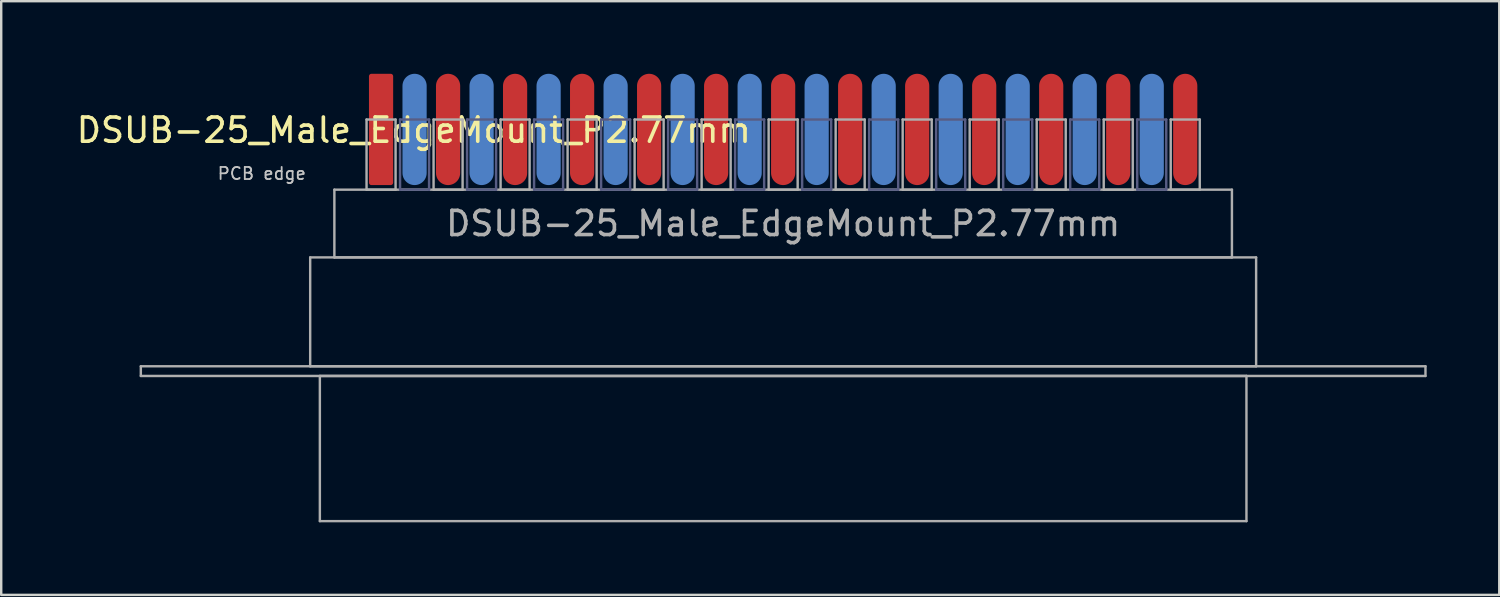
<source format=kicad_pcb>
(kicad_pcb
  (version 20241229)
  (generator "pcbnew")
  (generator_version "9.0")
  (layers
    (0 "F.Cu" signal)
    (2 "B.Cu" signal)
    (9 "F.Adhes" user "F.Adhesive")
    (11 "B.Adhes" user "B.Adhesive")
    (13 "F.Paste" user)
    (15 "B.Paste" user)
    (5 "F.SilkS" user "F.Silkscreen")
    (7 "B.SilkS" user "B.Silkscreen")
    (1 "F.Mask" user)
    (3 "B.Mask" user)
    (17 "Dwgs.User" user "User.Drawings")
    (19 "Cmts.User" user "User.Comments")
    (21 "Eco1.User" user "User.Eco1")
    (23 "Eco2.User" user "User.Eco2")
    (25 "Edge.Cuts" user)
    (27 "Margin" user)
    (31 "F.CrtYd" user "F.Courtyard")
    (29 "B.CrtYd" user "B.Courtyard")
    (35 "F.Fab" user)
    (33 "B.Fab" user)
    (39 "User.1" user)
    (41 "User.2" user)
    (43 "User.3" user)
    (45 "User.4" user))
  (footprint "DSUB-25_Male_EdgeMount_P2.77mm"
    (layer "F.Cu")
    (at 29.321 2.8)
    (property "Reference" "DSUB-25_Male_EdgeMount_P2.77mm" (at -15.267 -0.469 0) (layer "F.SilkS") (effects (font (size 1 1) (thickness 0.15))))
    (attr smd)
    (fp_line (start -15.835 -0.91) (end -15.835 1.99) (stroke (width 0.1) (type solid)) (layer "B.Fab"))
    (fp_line (start -15.835 1.99) (end -14.635 1.99) (stroke (width 0.1) (type solid)) (layer "B.Fab"))
    (fp_line (start -14.635 -0.91) (end -15.835 -0.91) (stroke (width 0.1) (type solid)) (layer "B.Fab"))
    (fp_line (start -14.635 1.99) (end -14.635 -0.91) (stroke (width 0.1) (type solid)) (layer "B.Fab"))
    (fp_line (start -13.065 -0.91) (end -13.065 1.99) (stroke (width 0.1) (type solid)) (layer "B.Fab"))
    (fp_line (start -13.065 1.99) (end -11.865 1.99) (stroke (width 0.1) (type solid)) (layer "B.Fab"))
    (fp_line (start -11.865 -0.91) (end -13.065 -0.91) (stroke (width 0.1) (type solid)) (layer "B.Fab"))
    (fp_line (start -11.865 1.99) (end -11.865 -0.91) (stroke (width 0.1) (type solid)) (layer "B.Fab"))
    (fp_line (start -10.295 -0.91) (end -10.295 1.99) (stroke (width 0.1) (type solid)) (layer "B.Fab"))
    (fp_line (start -10.295 1.99) (end -9.095 1.99) (stroke (width 0.1) (type solid)) (layer "B.Fab"))
    (fp_line (start -9.095 -0.91) (end -10.295 -0.91) (stroke (width 0.1) (type solid)) (layer "B.Fab"))
    (fp_line (start -9.095 1.99) (end -9.095 -0.91) (stroke (width 0.1) (type solid)) (layer "B.Fab"))
    (fp_line (start -7.525 -0.91) (end -7.525 1.99) (stroke (width 0.1) (type solid)) (layer "B.Fab"))
    (fp_line (start -7.525 1.99) (end -6.325 1.99) (stroke (width 0.1) (type solid)) (layer "B.Fab"))
    (fp_line (start -6.325 -0.91) (end -7.525 -0.91) (stroke (width 0.1) (type solid)) (layer "B.Fab"))
    (fp_line (start -6.325 1.99) (end -6.325 -0.91) (stroke (width 0.1) (type solid)) (layer "B.Fab"))
    (fp_line (start -4.755 -0.91) (end -4.755 1.99) (stroke (width 0.1) (type solid)) (layer "B.Fab"))
    (fp_line (start -4.755 1.99) (end -3.555 1.99) (stroke (width 0.1) (type solid)) (layer "B.Fab"))
    (fp_line (start -3.555 -0.91) (end -4.755 -0.91) (stroke (width 0.1) (type solid)) (layer "B.Fab"))
    (fp_line (start -3.555 1.99) (end -3.555 -0.91) (stroke (width 0.1) (type solid)) (layer "B.Fab"))
    (fp_line (start -1.985 -0.91) (end -1.985 1.99) (stroke (width 0.1) (type solid)) (layer "B.Fab"))
    (fp_line (start -1.985 1.99) (end -0.785 1.99) (stroke (width 0.1) (type solid)) (layer "B.Fab"))
    (fp_line (start -0.785 -0.91) (end -1.985 -0.91) (stroke (width 0.1) (type solid)) (layer "B.Fab"))
    (fp_line (start -0.785 1.99) (end -0.785 -0.91) (stroke (width 0.1) (type solid)) (layer "B.Fab"))
    (fp_line (start 0.785 -0.91) (end 0.785 1.99) (stroke (width 0.1) (type solid)) (layer "B.Fab"))
    (fp_line (start 0.785 1.99) (end 1.985 1.99) (stroke (width 0.1) (type solid)) (layer "B.Fab"))
    (fp_line (start 1.985 -0.91) (end 0.785 -0.91) (stroke (width 0.1) (type solid)) (layer "B.Fab"))
    (fp_line (start 1.985 1.99) (end 1.985 -0.91) (stroke (width 0.1) (type solid)) (layer "B.Fab"))
    (fp_line (start 3.555 -0.91) (end 3.555 1.99) (stroke (width 0.1) (type solid)) (layer "B.Fab"))
    (fp_line (start 3.555 1.99) (end 4.755 1.99) (stroke (width 0.1) (type solid)) (layer "B.Fab"))
    (fp_line (start 4.755 -0.91) (end 3.555 -0.91) (stroke (width 0.1) (type solid)) (layer "B.Fab"))
    (fp_line (start 4.755 1.99) (end 4.755 -0.91) (stroke (width 0.1) (type solid)) (layer "B.Fab"))
    (fp_line (start 6.325 -0.91) (end 6.325 1.99) (stroke (width 0.1) (type solid)) (layer "B.Fab"))
    (fp_line (start 6.325 1.99) (end 7.525 1.99) (stroke (width 0.1) (type solid)) (layer "B.Fab"))
    (fp_line (start 7.525 -0.91) (end 6.325 -0.91) (stroke (width 0.1) (type solid)) (layer "B.Fab"))
    (fp_line (start 7.525 1.99) (end 7.525 -0.91) (stroke (width 0.1) (type solid)) (layer "B.Fab"))
    (fp_line (start 9.095 -0.91) (end 9.095 1.99) (stroke (width 0.1) (type solid)) (layer "B.Fab"))
    (fp_line (start 9.095 1.99) (end 10.295 1.99) (stroke (width 0.1) (type solid)) (layer "B.Fab"))
    (fp_line (start 10.295 -0.91) (end 9.095 -0.91) (stroke (width 0.1) (type solid)) (layer "B.Fab"))
    (fp_line (start 10.295 1.99) (end 10.295 -0.91) (stroke (width 0.1) (type solid)) (layer "B.Fab"))
    (fp_line (start 11.865 -0.91) (end 11.865 1.99) (stroke (width 0.1) (type solid)) (layer "B.Fab"))
    (fp_line (start 11.865 1.99) (end 13.065 1.99) (stroke (width 0.1) (type solid)) (layer "B.Fab"))
    (fp_line (start 13.065 -0.91) (end 11.865 -0.91) (stroke (width 0.1) (type solid)) (layer "B.Fab"))
    (fp_line (start 13.065 1.99) (end 13.065 -0.91) (stroke (width 0.1) (type solid)) (layer "B.Fab"))
    (fp_line (start 14.635 -0.91) (end 14.635 1.99) (stroke (width 0.1) (type solid)) (layer "B.Fab"))
    (fp_line (start 14.635 1.99) (end 15.835 1.99) (stroke (width 0.1) (type solid)) (layer "B.Fab"))
    (fp_line (start 15.835 -0.91) (end 14.635 -0.91) (stroke (width 0.1) (type solid)) (layer "B.Fab"))
    (fp_line (start 15.835 1.99) (end 15.835 -0.91) (stroke (width 0.1) (type solid)) (layer "B.Fab"))
    (fp_line (start -26.55 9.29) (end -26.55 9.69) (stroke (width 0.1) (type solid)) (layer "F.Fab"))
    (fp_line (start -26.55 9.69) (end 26.55 9.69) (stroke (width 0.1) (type solid)) (layer "F.Fab"))
    (fp_line (start -19.55 4.79) (end -19.55 9.29) (stroke (width 0.1) (type solid)) (layer "F.Fab"))
    (fp_line (start -19.55 9.29) (end 19.55 9.29) (stroke (width 0.1) (type solid)) (layer "F.Fab"))
    (fp_line (start -19.15 9.69) (end -19.15 15.69) (stroke (width 0.1) (type solid)) (layer "F.Fab"))
    (fp_line (start -19.15 15.69) (end 19.15 15.69) (stroke (width 0.1) (type solid)) (layer "F.Fab"))
    (fp_line (start -18.55 1.99) (end -18.55 4.79) (stroke (width 0.1) (type solid)) (layer "F.Fab"))
    (fp_line (start -18.55 4.79) (end 18.55 4.79) (stroke (width 0.1) (type solid)) (layer "F.Fab"))
    (fp_line (start -17.22 -0.91) (end -17.22 1.99) (stroke (width 0.1) (type solid)) (layer "F.Fab"))
    (fp_line (start -17.22 1.99) (end -16.02 1.99) (stroke (width 0.1) (type solid)) (layer "F.Fab"))
    (fp_line (start -16.02 -0.91) (end -17.22 -0.91) (stroke (width 0.1) (type solid)) (layer "F.Fab"))
    (fp_line (start -16.02 1.99) (end -16.02 -0.91) (stroke (width 0.1) (type solid)) (layer "F.Fab"))
    (fp_line (start -14.45 -0.91) (end -14.45 1.99) (stroke (width 0.1) (type solid)) (layer "F.Fab"))
    (fp_line (start -14.45 1.99) (end -13.25 1.99) (stroke (width 0.1) (type solid)) (layer "F.Fab"))
    (fp_line (start -13.25 -0.91) (end -14.45 -0.91) (stroke (width 0.1) (type solid)) (layer "F.Fab"))
    (fp_line (start -13.25 1.99) (end -13.25 -0.91) (stroke (width 0.1) (type solid)) (layer "F.Fab"))
    (fp_line (start -11.68 -0.91) (end -11.68 1.99) (stroke (width 0.1) (type solid)) (layer "F.Fab"))
    (fp_line (start -11.68 1.99) (end -10.48 1.99) (stroke (width 0.1) (type solid)) (layer "F.Fab"))
    (fp_line (start -10.48 -0.91) (end -11.68 -0.91) (stroke (width 0.1) (type solid)) (layer "F.Fab"))
    (fp_line (start -10.48 1.99) (end -10.48 -0.91) (stroke (width 0.1) (type solid)) (layer "F.Fab"))
    (fp_line (start -8.91 -0.91) (end -8.91 1.99) (stroke (width 0.1) (type solid)) (layer "F.Fab"))
    (fp_line (start -8.91 1.99) (end -7.71 1.99) (stroke (width 0.1) (type solid)) (layer "F.Fab"))
    (fp_line (start -7.71 -0.91) (end -8.91 -0.91) (stroke (width 0.1) (type solid)) (layer "F.Fab"))
    (fp_line (start -7.71 1.99) (end -7.71 -0.91) (stroke (width 0.1) (type solid)) (layer "F.Fab"))
    (fp_line (start -6.14 -0.91) (end -6.14 1.99) (stroke (width 0.1) (type solid)) (layer "F.Fab"))
    (fp_line (start -6.14 1.99) (end -4.94 1.99) (stroke (width 0.1) (type solid)) (layer "F.Fab"))
    (fp_line (start -4.94 -0.91) (end -6.14 -0.91) (stroke (width 0.1) (type solid)) (layer "F.Fab"))
    (fp_line (start -4.94 1.99) (end -4.94 -0.91) (stroke (width 0.1) (type solid)) (layer "F.Fab"))
    (fp_line (start -3.37 -0.91) (end -3.37 1.99) (stroke (width 0.1) (type solid)) (layer "F.Fab"))
    (fp_line (start -3.37 1.99) (end -2.17 1.99) (stroke (width 0.1) (type solid)) (layer "F.Fab"))
    (fp_line (start -2.17 -0.91) (end -3.37 -0.91) (stroke (width 0.1) (type solid)) (layer "F.Fab"))
    (fp_line (start -2.17 1.99) (end -2.17 -0.91) (stroke (width 0.1) (type solid)) (layer "F.Fab"))
    (fp_line (start -0.6 -0.91) (end -0.6 1.99) (stroke (width 0.1) (type solid)) (layer "F.Fab"))
    (fp_line (start -0.6 1.99) (end 0.6 1.99) (stroke (width 0.1) (type solid)) (layer "F.Fab"))
    (fp_line (start 0.6 -0.91) (end -0.6 -0.91) (stroke (width 0.1) (type solid)) (layer "F.Fab"))
    (fp_line (start 0.6 1.99) (end 0.6 -0.91) (stroke (width 0.1) (type solid)) (layer "F.Fab"))
    (fp_line (start 2.17 -0.91) (end 2.17 1.99) (stroke (width 0.1) (type solid)) (layer "F.Fab"))
    (fp_line (start 2.17 1.99) (end 3.37 1.99) (stroke (width 0.1) (type solid)) (layer "F.Fab"))
    (fp_line (start 3.37 -0.91) (end 2.17 -0.91) (stroke (width 0.1) (type solid)) (layer "F.Fab"))
    (fp_line (start 3.37 1.99) (end 3.37 -0.91) (stroke (width 0.1) (type solid)) (layer "F.Fab"))
    (fp_line (start 4.94 -0.91) (end 4.94 1.99) (stroke (width 0.1) (type solid)) (layer "F.Fab"))
    (fp_line (start 4.94 1.99) (end 6.14 1.99) (stroke (width 0.1) (type solid)) (layer "F.Fab"))
    (fp_line (start 6.14 -0.91) (end 4.94 -0.91) (stroke (width 0.1) (type solid)) (layer "F.Fab"))
    (fp_line (start 6.14 1.99) (end 6.14 -0.91) (stroke (width 0.1) (type solid)) (layer "F.Fab"))
    (fp_line (start 7.71 -0.91) (end 7.71 1.99) (stroke (width 0.1) (type solid)) (layer "F.Fab"))
    (fp_line (start 7.71 1.99) (end 8.91 1.99) (stroke (width 0.1) (type solid)) (layer "F.Fab"))
    (fp_line (start 8.91 -0.91) (end 7.71 -0.91) (stroke (width 0.1) (type solid)) (layer "F.Fab"))
    (fp_line (start 8.91 1.99) (end 8.91 -0.91) (stroke (width 0.1) (type solid)) (layer "F.Fab"))
    (fp_line (start 10.48 -0.91) (end 10.48 1.99) (stroke (width 0.1) (type solid)) (layer "F.Fab"))
    (fp_line (start 10.48 1.99) (end 11.68 1.99) (stroke (width 0.1) (type solid)) (layer "F.Fab"))
    (fp_line (start 11.68 -0.91) (end 10.48 -0.91) (stroke (width 0.1) (type solid)) (layer "F.Fab"))
    (fp_line (start 11.68 1.99) (end 11.68 -0.91) (stroke (width 0.1) (type solid)) (layer "F.Fab"))
    (fp_line (start 13.25 -0.91) (end 13.25 1.99) (stroke (width 0.1) (type solid)) (layer "F.Fab"))
    (fp_line (start 13.25 1.99) (end 14.45 1.99) (stroke (width 0.1) (type solid)) (layer "F.Fab"))
    (fp_line (start 14.45 -0.91) (end 13.25 -0.91) (stroke (width 0.1) (type solid)) (layer "F.Fab"))
    (fp_line (start 14.45 1.99) (end 14.45 -0.91) (stroke (width 0.1) (type solid)) (layer "F.Fab"))
    (fp_line (start 16.02 -0.91) (end 16.02 1.99) (stroke (width 0.1) (type solid)) (layer "F.Fab"))
    (fp_line (start 16.02 1.99) (end 17.22 1.99) (stroke (width 0.1) (type solid)) (layer "F.Fab"))
    (fp_line (start 17.22 -0.91) (end 16.02 -0.91) (stroke (width 0.1) (type solid)) (layer "F.Fab"))
    (fp_line (start 17.22 1.99) (end 17.22 -0.91) (stroke (width 0.1) (type solid)) (layer "F.Fab"))
    (fp_line (start 18.55 1.99) (end -18.55 1.99) (stroke (width 0.1) (type solid)) (layer "F.Fab"))
    (fp_line (start 18.55 4.79) (end 18.55 1.99) (stroke (width 0.1) (type solid)) (layer "F.Fab"))
    (fp_line (start 19.15 9.69) (end -19.15 9.69) (stroke (width 0.1) (type solid)) (layer "F.Fab"))
    (fp_line (start 19.15 15.69) (end 19.15 9.69) (stroke (width 0.1) (type solid)) (layer "F.Fab"))
    (fp_line (start 19.55 4.79) (end -19.55 4.79) (stroke (width 0.1) (type solid)) (layer "F.Fab"))
    (fp_line (start 19.55 9.29) (end 19.55 4.79) (stroke (width 0.1) (type solid)) (layer "F.Fab"))
    (fp_line (start 26.55 9.29) (end -26.55 9.29) (stroke (width 0.1) (type solid)) (layer "F.Fab"))
    (fp_line (start 26.55 9.69) (end 26.55 9.29) (stroke (width 0.1) (type solid)) (layer "F.Fab"))
    (fp_text user "PCB edge" (at -21.55 1.323 0) (layer "Dwgs.User") (effects (font (size 0.5 0.5) (thickness 0.075))))
    (fp_text user "${REFERENCE}" (at 0 3.39 0) (layer "F.Fab") (effects (font (size 1 1) (thickness 0.15))))
    (pad "1" smd roundrect (at -16.62 -0.5) (size 1 4.6) (layers "F.Cu" "F.Mask" "F.Paste") (roundrect_rratio 0.1))
    (pad "2" smd oval (at -13.85 -0.5) (size 1 4.6) (layers "F.Cu" "F.Mask" "F.Paste"))
    (pad "3" smd oval (at -11.08 -0.5) (size 1 4.6) (layers "F.Cu" "F.Mask" "F.Paste"))
    (pad "4" smd oval (at -8.31 -0.5) (size 1 4.6) (layers "F.Cu" "F.Mask" "F.Paste"))
    (pad "5" smd oval (at -5.54 -0.5) (size 1 4.6) (layers "F.Cu" "F.Mask" "F.Paste"))
    (pad "6" smd oval (at -2.77 -0.5) (size 1 4.6) (layers "F.Cu" "F.Mask" "F.Paste"))
    (pad "7" smd oval (at 0 -0.5) (size 1 4.6) (layers "F.Cu" "F.Mask" "F.Paste"))
    (pad "8" smd oval (at 2.77 -0.5) (size 1 4.6) (layers "F.Cu" "F.Mask" "F.Paste"))
    (pad "9" smd oval (at 5.54 -0.5) (size 1 4.6) (layers "F.Cu" "F.Mask" "F.Paste"))
    (pad "10" smd oval (at 8.31 -0.5) (size 1 4.6) (layers "F.Cu" "F.Mask" "F.Paste"))
    (pad "11" smd oval (at 11.08 -0.5) (size 1 4.6) (layers "F.Cu" "F.Mask" "F.Paste"))
    (pad "12" smd oval (at 13.85 -0.5) (size 1 4.6) (layers "F.Cu" "F.Mask" "F.Paste"))
    (pad "13" smd oval (at 16.62 -0.5) (size 1 4.6) (layers "F.Cu" "F.Mask" "F.Paste"))
    (pad "14" smd oval (at -15.235 -0.5) (size 1 4.6) (layers "B.Cu" "B.Mask" "B.Paste"))
    (pad "15" smd oval (at -12.465 -0.5) (size 1 4.6) (layers "B.Cu" "B.Mask" "B.Paste"))
    (pad "16" smd oval (at -9.695 -0.5) (size 1 4.6) (layers "B.Cu" "B.Mask" "B.Paste"))
    (pad "17" smd oval (at -6.925 -0.5) (size 1 4.6) (layers "B.Cu" "B.Mask" "B.Paste"))
    (pad "18" smd oval (at -4.155 -0.5) (size 1 4.6) (layers "B.Cu" "B.Mask" "B.Paste"))
    (pad "19" smd oval (at -1.385 -0.5) (size 1 4.6) (layers "B.Cu" "B.Mask" "B.Paste"))
    (pad "20" smd oval (at 1.385 -0.5) (size 1 4.6) (layers "B.Cu" "B.Mask" "B.Paste"))
    (pad "21" smd oval (at 4.155 -0.5) (size 1 4.6) (layers "B.Cu" "B.Mask" "B.Paste"))
    (pad "22" smd oval (at 6.925 -0.5) (size 1 4.6) (layers "B.Cu" "B.Mask" "B.Paste"))
    (pad "23" smd oval (at 9.695 -0.5) (size 1 4.6) (layers "B.Cu" "B.Mask" "B.Paste"))
    (pad "24" smd oval (at 12.465 -0.5) (size 1 4.6) (layers "B.Cu" "B.Mask" "B.Paste"))
    (pad "25" smd oval (at 15.235 -0.5) (size 1 4.6) (layers "B.Cu" "B.Mask" "B.Paste")))
  (gr_rect
    (start -3 -3)
    (end 58.921 21.54)
    (stroke (width 0.1) (type default))
    (fill no)
    (layer "Edge.Cuts")))
</source>
